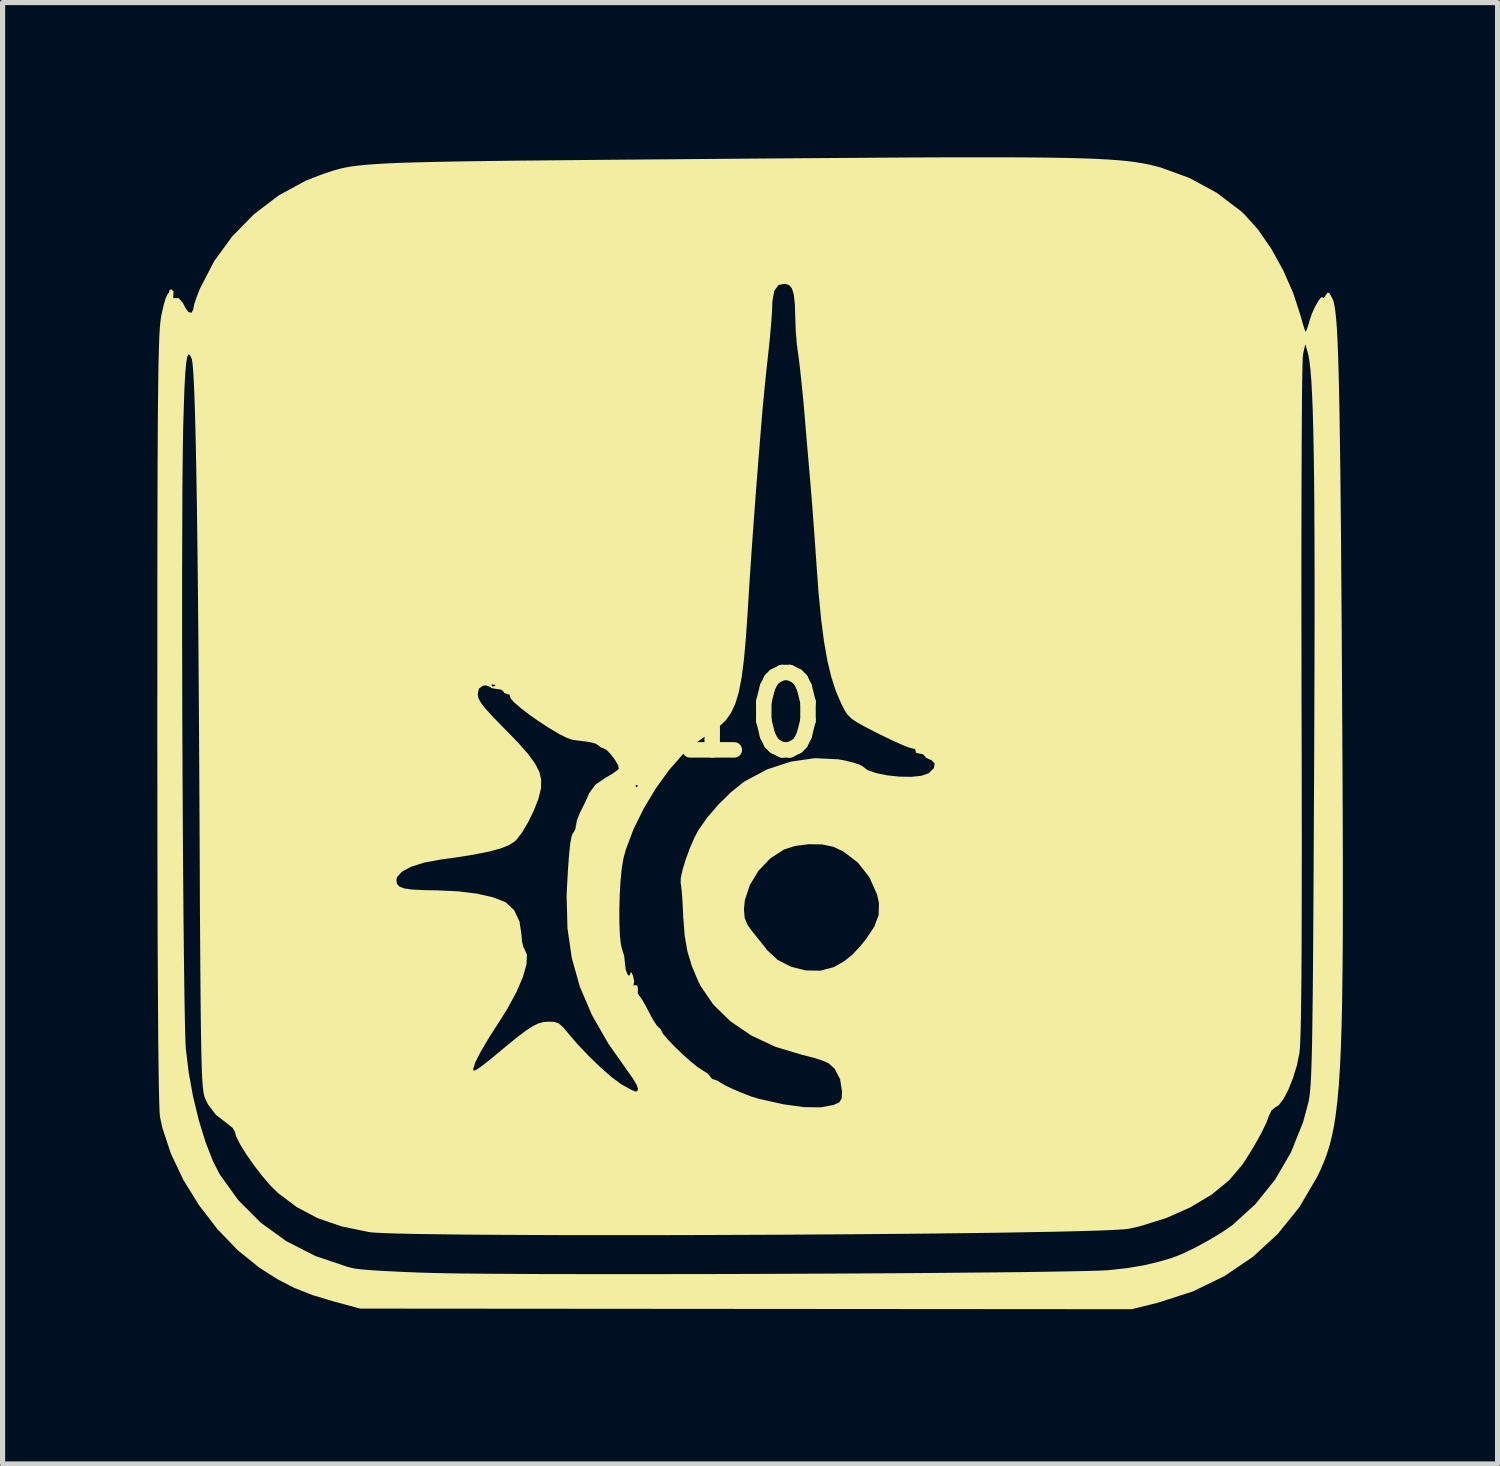
<source format=kicad_pcb>
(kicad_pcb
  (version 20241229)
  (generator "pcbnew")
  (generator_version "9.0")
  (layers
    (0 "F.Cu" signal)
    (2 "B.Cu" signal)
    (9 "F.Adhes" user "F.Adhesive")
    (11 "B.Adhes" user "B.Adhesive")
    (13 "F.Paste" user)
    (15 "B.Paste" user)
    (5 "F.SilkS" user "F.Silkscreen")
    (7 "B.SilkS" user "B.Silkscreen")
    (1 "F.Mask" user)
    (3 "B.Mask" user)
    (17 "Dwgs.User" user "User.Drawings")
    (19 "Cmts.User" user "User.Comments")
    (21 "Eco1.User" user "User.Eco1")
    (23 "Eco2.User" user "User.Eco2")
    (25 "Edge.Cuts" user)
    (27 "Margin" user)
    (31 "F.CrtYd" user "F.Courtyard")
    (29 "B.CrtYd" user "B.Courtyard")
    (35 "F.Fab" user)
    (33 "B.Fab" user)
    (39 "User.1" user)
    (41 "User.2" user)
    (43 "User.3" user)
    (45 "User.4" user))
  (footprint "10"
    (layer "F.Cu")
    (at 11.473 10.811)
    (property "Reference" "10" (at 0 0 0) (layer "F.SilkS") (effects (font (size 1.5 1.5) (thickness 0.3))))
    (attr board_only exclude_from_pos_files exclude_from_bom)
    (fp_poly (pts (xy 4.876 -10.811) (xy 5.354 -10.809) (xy 5.774 -10.805) (xy 6.14 -10.799) (xy 6.457 -10.791) (xy 6.732 -10.781) (xy 6.969 -10.768) (xy 7.173 -10.753) (xy 7.349 -10.736) (xy 7.503 -10.716) (xy 7.64 -10.693) (xy 7.765 -10.668) (xy 7.883 -10.639) (xy 7.979 -10.614) (xy 8.54 -10.41) (xy 9.065 -10.125) (xy 9.534 -9.77) (xy 9.607 -9.702) (xy 9.87 -9.408) (xy 10.125 -9.039) (xy 10.356 -8.621) (xy 10.55 -8.181) (xy 10.693 -7.742) (xy 10.695 -7.736) (xy 10.738 -7.58) (xy 10.773 -7.468) (xy 10.789 -7.43) (xy 10.811 -7.462) (xy 10.846 -7.565) (xy 10.868 -7.646) (xy 10.91 -7.772) (xy 10.968 -7.902) (xy 11.031 -8.015) (xy 11.086 -8.09) (xy 11.119 -8.104) (xy 11.123 -8.085) (xy 11.145 -8.085) (xy 11.18 -8.136) (xy 11.22 -8.189) (xy 11.255 -8.174) (xy 11.307 -8.079) (xy 11.316 -8.061) (xy 11.335 -8.007) (xy 11.352 -7.929) (xy 11.368 -7.82) (xy 11.383 -7.677) (xy 11.397 -7.495) (xy 11.409 -7.269) (xy 11.42 -6.996) (xy 11.43 -6.669) (xy 11.44 -6.286) (xy 11.448 -5.841) (xy 11.456 -5.329) (xy 11.464 -4.747) (xy 11.471 -4.09) (xy 11.478 -3.353) (xy 11.484 -2.531) (xy 11.491 -1.621) (xy 11.497 -0.617) (xy 11.5 -0.075) (xy 11.506 0.98) (xy 11.51 1.94) (xy 11.513 2.811) (xy 11.513 3.597) (xy 11.512 4.304) (xy 11.507 4.937) (xy 11.5 5.501) (xy 11.489 6.002) (xy 11.475 6.445) (xy 11.457 6.834) (xy 11.435 7.176) (xy 11.408 7.476) (xy 11.377 7.738) (xy 11.342 7.968) (xy 11.3 8.172) (xy 11.254 8.354) (xy 11.202 8.519) (xy 11.143 8.674) (xy 11.079 8.823) (xy 11.013 8.96) (xy 10.67 9.544) (xy 10.253 10.061) (xy 9.768 10.508) (xy 9.217 10.881) (xy 8.605 11.178) (xy 7.934 11.395) (xy 7.905 11.402) (xy 7.419 11.523) (xy -0.06 11.517) (xy -7.54 11.511) (xy -8.041 11.376) (xy -8.46 11.25) (xy -8.815 11.111) (xy -9.144 10.941) (xy -9.483 10.725) (xy -9.495 10.717) (xy -9.913 10.38) (xy -10.307 9.971) (xy -10.662 9.51) (xy -10.968 9.016) (xy -11.209 8.508) (xy -11.375 8.007) (xy -11.421 7.794) (xy -11.429 7.695) (xy -11.436 7.497) (xy -11.443 7.2) (xy -11.449 6.806) (xy -11.455 6.313) (xy -11.459 5.724) (xy -11.463 5.039) (xy -11.467 4.259) (xy -11.469 3.384) (xy -11.471 2.415) (xy -11.472 1.353) (xy -11.473 0.198) (xy -11.473 0.078) (xy -11.472 -0.946) (xy -11.472 -1.874) (xy -11.472 -2.134) (xy -10.992 -2.134) (xy -10.992 -1.466) (xy -10.99 -0.776) (xy -10.989 -0.075) (xy -10.986 0.632) (xy -10.983 1.335) (xy -10.979 2.025) (xy -10.975 2.696) (xy -10.97 3.339) (xy -10.965 3.946) (xy -10.959 4.508) (xy -10.953 5.017) (xy -10.947 5.465) (xy -10.94 5.845) (xy -10.933 6.147) (xy -10.926 6.364) (xy -10.92 6.471) (xy -10.865 6.93) (xy -10.78 7.399) (xy -10.669 7.857) (xy -10.539 8.28) (xy -10.397 8.646) (xy -10.262 8.91) (xy -9.902 9.41) (xy -9.47 9.843) (xy -8.971 10.204) (xy -8.409 10.491) (xy -7.791 10.7) (xy -7.665 10.731) (xy -7.554 10.747) (xy -7.358 10.764) (xy -7.096 10.781) (xy -6.782 10.796) (xy -6.434 10.811) (xy -6.137 10.82) (xy -5.862 10.826) (xy -5.507 10.831) (xy -5.079 10.835) (xy -4.586 10.838) (xy -4.037 10.841) (xy -3.438 10.842) (xy -2.798 10.843) (xy -2.124 10.843) (xy -1.425 10.842) (xy -0.706 10.841) (xy 0.023 10.839) (xy 0.755 10.836) (xy 1.482 10.833) (xy 2.196 10.829) (xy 2.891 10.825) (xy 3.557 10.82) (xy 4.187 10.814) (xy 4.775 10.809) (xy 5.311 10.803) (xy 5.788 10.796) (xy 6.198 10.789) (xy 6.535 10.782) (xy 6.789 10.775) (xy 6.954 10.767) (xy 6.989 10.764) (xy 7.345 10.724) (xy 7.648 10.673) (xy 7.943 10.603) (xy 8.191 10.531) (xy 8.39 10.454) (xy 8.638 10.335) (xy 8.903 10.192) (xy 9.156 10.041) (xy 9.363 9.899) (xy 9.374 9.89) (xy 9.818 9.486) (xy 10.199 9.011) (xy 10.51 8.476) (xy 10.743 7.893) (xy 10.845 7.515) (xy 10.858 7.45) (xy 10.869 7.372) (xy 10.879 7.276) (xy 10.889 7.155) (xy 10.897 7.004) (xy 10.904 6.819) (xy 10.911 6.592) (xy 10.917 6.319) (xy 10.922 5.995) (xy 10.927 5.613) (xy 10.932 5.169) (xy 10.936 4.656) (xy 10.94 4.069) (xy 10.944 3.404) (xy 10.948 2.654) (xy 10.952 1.813) (xy 10.956 1.052) (xy 10.96 -0.025) (xy 10.963 -1.006) (xy 10.965 -1.895) (xy 10.965 -2.697) (xy 10.963 -3.416) (xy 10.96 -4.056) (xy 10.955 -4.622) (xy 10.948 -5.117) (xy 10.939 -5.546) (xy 10.929 -5.914) (xy 10.916 -6.224) (xy 10.902 -6.481) (xy 10.885 -6.689) (xy 10.866 -6.852) (xy 10.845 -6.975) (xy 10.829 -7.039) (xy 10.785 -7.189) (xy 10.74 -6.989) (xy 10.735 -6.914) (xy 10.73 -6.744) (xy 10.725 -6.486) (xy 10.721 -6.145) (xy 10.718 -5.726) (xy 10.715 -5.237) (xy 10.713 -4.681) (xy 10.711 -4.066) (xy 10.71 -3.397) (xy 10.709 -2.68) (xy 10.71 -1.92) (xy 10.711 -1.123) (xy 10.712 -0.316) (xy 10.715 0.733) (xy 10.716 1.685) (xy 10.717 2.542) (xy 10.716 3.308) (xy 10.715 3.986) (xy 10.713 4.577) (xy 10.71 5.086) (xy 10.705 5.516) (xy 10.7 5.868) (xy 10.694 6.147) (xy 10.686 6.354) (xy 10.678 6.494) (xy 10.672 6.548) (xy 10.623 6.792) (xy 10.548 7.037) (xy 10.459 7.262) (xy 10.363 7.446) (xy 10.27 7.567) (xy 10.213 7.602) (xy 10.131 7.666) (xy 10.086 7.759) (xy 10.03 7.907) (xy 9.929 8.114) (xy 9.794 8.356) (xy 9.637 8.611) (xy 9.565 8.72) (xy 9.308 9.023) (xy 8.967 9.302) (xy 8.555 9.548) (xy 8.089 9.755) (xy 7.581 9.914) (xy 7.364 9.963) (xy 7.253 9.975) (xy 7.048 9.987) (xy 6.758 9.999) (xy 6.389 10.009) (xy 5.948 10.02) (xy 5.443 10.029) (xy 4.881 10.039) (xy 4.269 10.047) (xy 3.615 10.055) (xy 2.925 10.062) (xy 2.206 10.068) (xy 1.467 10.073) (xy 0.713 10.078) (xy -0.047 10.081) (xy -0.807 10.084) (xy -1.56 10.086) (xy -2.297 10.087) (xy -3.013 10.087) (xy -3.7 10.086) (xy -4.35 10.083) (xy -4.957 10.08) (xy -5.513 10.076) (xy -6.011 10.07) (xy -6.444 10.064) (xy -6.805 10.056) (xy -7.086 10.047) (xy -7.281 10.036) (xy -7.364 10.028) (xy -7.9 9.917) (xy -8.363 9.758) (xy -8.77 9.543) (xy -9.135 9.268) (xy -9.281 9.124) (xy -9.44 8.938) (xy -9.601 8.729) (xy -9.748 8.519) (xy -9.867 8.326) (xy -9.946 8.17) (xy -9.97 8.08) (xy -10.008 8.013) (xy -10.102 7.935) (xy -10.107 7.931) (xy -10.335 7.756) (xy -10.49 7.552) (xy -10.545 7.44) (xy -10.559 7.401) (xy -10.571 7.351) (xy -10.583 7.283) (xy -10.592 7.191) (xy -10.601 7.07) (xy -10.609 6.913) (xy -10.615 6.715) (xy -10.621 6.47) (xy -10.626 6.172) (xy -10.631 5.815) (xy -10.635 5.394) (xy -10.639 4.901) (xy -10.643 4.332) (xy -10.647 3.681) (xy -10.649 3.204) (xy -6.838 3.204) (xy -6.826 3.276) (xy -6.78 3.328) (xy -6.687 3.364) (xy -6.532 3.386) (xy -6.303 3.398) (xy -6.037 3.402) (xy -5.637 3.421) (xy -5.274 3.466) (xy -4.969 3.535) (xy -4.74 3.623) (xy -4.711 3.639) (xy -4.553 3.788) (xy -4.451 4.005) (xy -4.413 4.256) (xy -4.4 4.403) (xy -4.372 4.508) (xy -4.359 4.529) (xy -4.306 4.65) (xy -4.315 4.837) (xy -4.384 5.081) (xy -4.508 5.37) (xy -4.685 5.696) (xy -4.842 5.946) (xy -5.051 6.272) (xy -5.206 6.536) (xy -5.306 6.732) (xy -5.347 6.858) (xy -5.34 6.901) (xy -5.292 6.883) (xy -5.188 6.813) (xy -5.046 6.702) (xy -4.973 6.643) (xy -4.696 6.412) (xy -4.481 6.238) (xy -4.316 6.115) (xy -4.188 6.032) (xy -4.085 5.982) (xy -3.993 5.957) (xy -3.905 5.948) (xy -3.777 5.951) (xy -3.686 5.983) (xy -3.597 6.064) (xy -3.514 6.164) (xy -3.324 6.387) (xy -3.105 6.617) (xy -2.879 6.835) (xy -2.668 7.02) (xy -2.491 7.152) (xy -2.455 7.174) (xy -2.297 7.262) (xy -2.207 7.301) (xy -2.165 7.295) (xy -2.154 7.249) (xy -2.154 7.243) (xy -2.183 7.165) (xy -2.257 7.043) (xy -2.319 6.955) (xy -2.726 6.377) (xy -3.045 5.821) (xy -3.28 5.271) (xy -3.437 4.713) (xy -3.521 4.132) (xy -3.53 3.766) (xy -2.515 3.766) (xy -2.514 4.037) (xy -2.504 4.275) (xy -2.484 4.456) (xy -2.458 4.554) (xy -2.421 4.672) (xy -2.405 4.823) (xy -2.405 4.828) (xy -2.392 4.935) (xy -2.362 5.019) (xy -2.329 5.059) (xy -2.305 5.033) (xy -2.301 5) (xy -2.284 4.989) (xy -2.251 5.052) (xy -2.227 5.161) (xy -2.237 5.223) (xy -2.238 5.252) (xy -2.212 5.24) (xy -2.165 5.246) (xy -2.153 5.339) (xy -2.159 5.393) (xy -2.129 5.448) (xy -2.121 5.455) (xy -2.078 5.513) (xy -2.008 5.634) (xy -1.935 5.774) (xy -1.855 5.922) (xy -1.786 6.026) (xy -1.747 6.062) (xy -1.705 6.101) (xy -1.703 6.118) (xy -1.668 6.183) (xy -1.574 6.294) (xy -1.442 6.432) (xy -1.289 6.579) (xy -1.136 6.716) (xy -1 6.826) (xy -0.911 6.884) (xy -0.805 6.951) (xy -0.753 7.008) (xy -0.751 7.015) (xy -0.712 7.061) (xy -0.693 7.064) (xy -0.608 7.093) (xy -0.555 7.129) (xy -0.466 7.182) (xy -0.315 7.254) (xy -0.135 7.33) (xy 0.041 7.398) (xy 0.179 7.441) (xy 0.662 7.549) (xy 1.064 7.605) (xy 1.387 7.609) (xy 1.637 7.563) (xy 1.646 7.56) (xy 1.749 7.512) (xy 1.794 7.441) (xy 1.804 7.309) (xy 1.804 7.307) (xy 1.765 7.063) (xy 1.66 6.861) (xy 1.543 6.754) (xy 1.44 6.708) (xy 1.272 6.653) (xy 1.07 6.6) (xy 1.027 6.59) (xy 0.511 6.435) (xy 0.046 6.217) (xy -0.358 5.943) (xy -0.69 5.62) (xy -0.94 5.255) (xy -0.987 5.16) (xy -1.111 4.865) (xy -1.195 4.584) (xy -1.248 4.28) (xy -1.276 3.919) (xy -1.279 3.842) (xy -1.283 3.765) (xy -0.099 3.765) (xy -0.085 3.936) (xy -0.027 4.075) (xy 0.063 4.198) (xy 0.19 4.357) (xy 0.317 4.517) (xy 0.356 4.566) (xy 0.556 4.751) (xy 0.812 4.882) (xy 1.097 4.954) (xy 1.383 4.959) (xy 1.641 4.891) (xy 1.668 4.878) (xy 1.847 4.774) (xy 2 4.652) (xy 2.155 4.486) (xy 2.26 4.358) (xy 2.428 4.107) (xy 2.513 3.879) (xy 2.519 3.649) (xy 2.482 3.482) (xy 2.333 3.147) (xy 2.11 2.863) (xy 1.827 2.647) (xy 1.637 2.558) (xy 1.418 2.511) (xy 1.154 2.507) (xy 0.889 2.542) (xy 0.677 2.61) (xy 0.411 2.783) (xy 0.184 3.021) (xy 0.015 3.299) (xy -0.082 3.595) (xy -0.099 3.765) (xy -1.283 3.765) (xy -1.29 3.621) (xy -1.304 3.431) (xy -1.318 3.3) (xy -1.326 3.261) (xy -1.324 3.162) (xy -1.288 2.999) (xy -1.226 2.797) (xy -1.147 2.582) (xy -1.059 2.38) (xy -0.987 2.243) (xy -0.817 1.998) (xy -0.594 1.738) (xy -0.349 1.498) (xy -0.114 1.309) (xy -0.083 1.288) (xy 0.351 1.056) (xy 0.81 0.906) (xy 1.277 0.839) (xy 1.732 0.861) (xy 1.841 0.881) (xy 2.013 0.922) (xy 2.142 0.964) (xy 2.201 0.996) (xy 2.296 1.069) (xy 2.464 1.128) (xy 2.679 1.172) (xy 2.915 1.197) (xy 3.145 1.201) (xy 3.342 1.18) (xy 3.481 1.132) (xy 3.485 1.129) (xy 3.583 1.034) (xy 3.6 0.942) (xy 3.535 0.876) (xy 3.507 0.866) (xy 3.426 0.827) (xy 3.407 0.796) (xy 3.365 0.76) (xy 3.304 0.751) (xy 3.234 0.732) (xy 3.231 0.701) (xy 3.217 0.661) (xy 3.169 0.651) (xy 3.091 0.629) (xy 2.944 0.57) (xy 2.749 0.481) (xy 2.526 0.373) (xy 2.502 0.361) (xy 2.266 0.24) (xy 2.101 0.149) (xy 1.989 0.074) (xy 1.913 -0.001) (xy 1.854 -0.088) (xy 1.795 -0.204) (xy 1.789 -0.215) (xy 1.685 -0.457) (xy 1.596 -0.731) (xy 1.519 -1.049) (xy 1.454 -1.421) (xy 1.397 -1.859) (xy 1.347 -2.375) (xy 1.303 -2.98) (xy 1.303 -2.981) (xy 1.28 -3.314) (xy 1.254 -3.67) (xy 1.229 -4.009) (xy 1.206 -4.296) (xy 1.201 -4.359) (xy 1.179 -4.611) (xy 1.152 -4.931) (xy 1.121 -5.285) (xy 1.091 -5.643) (xy 1.075 -5.836) (xy 1.047 -6.149) (xy 1.017 -6.447) (xy 0.989 -6.709) (xy 0.965 -6.91) (xy 0.95 -7.01) (xy 0.925 -7.2) (xy 0.906 -7.439) (xy 0.897 -7.677) (xy 0.897 -7.687) (xy 0.888 -7.961) (xy 0.868 -8.15) (xy 0.831 -8.27) (xy 0.774 -8.335) (xy 0.702 -8.359) (xy 0.573 -8.337) (xy 0.491 -8.226) (xy 0.453 -8.027) (xy 0.45 -7.944) (xy 0.444 -7.797) (xy 0.428 -7.579) (xy 0.405 -7.318) (xy 0.376 -7.042) (xy 0.373 -7.014) (xy 0.338 -6.694) (xy 0.302 -6.342) (xy 0.269 -6.005) (xy 0.248 -5.761) (xy 0.186 -5) (xy 0.133 -4.32) (xy 0.087 -3.702) (xy 0.046 -3.128) (xy 0.009 -2.58) (xy -0.024 -2.039) (xy -0.025 -2.026) (xy -0.06 -1.506) (xy -0.099 -1.075) (xy -0.144 -0.723) (xy -0.199 -0.44) (xy -0.267 -0.215) (xy -0.349 -0.038) (xy -0.45 0.103) (xy -0.57 0.216) (xy -0.622 0.255) (xy -0.796 0.377) (xy -0.976 0.505) (xy -1.022 0.537) (xy -1.284 0.765) (xy -1.551 1.069) (xy -1.809 1.427) (xy -2.043 1.817) (xy -2.241 2.218) (xy -2.387 2.606) (xy -2.435 2.78) (xy -2.467 2.967) (xy -2.491 3.208) (xy -2.507 3.482) (xy -2.515 3.766) (xy -3.53 3.766) (xy -3.537 3.513) (xy -3.529 3.325) (xy -3.508 2.958) (xy -3.487 2.682) (xy -3.465 2.485) (xy -3.442 2.358) (xy -3.415 2.29) (xy -3.401 2.276) (xy -3.365 2.209) (xy -3.357 2.146) (xy -3.334 2.036) (xy -3.277 1.893) (xy -3.26 1.86) (xy -3.178 1.695) (xy -3.105 1.533) (xy -3.099 1.517) (xy -2.997 1.378) (xy -2.204 1.378) (xy -2.179 1.403) (xy -2.154 1.378) (xy -2.179 1.353) (xy -2.204 1.378) (xy -2.997 1.378) (xy -2.98 1.354) (xy -2.796 1.227) (xy -2.656 1.145) (xy -2.556 1.075) (xy -2.526 1.046) (xy -2.537 0.981) (xy -2.595 0.878) (xy -2.678 0.767) (xy -2.762 0.68) (xy -2.824 0.647) (xy -2.827 0.647) (xy -2.888 0.623) (xy -2.906 0.601) (xy -2.977 0.556) (xy -3.1 0.524) (xy -3.112 0.523) (xy -3.277 0.502) (xy -3.42 0.484) (xy -3.529 0.447) (xy -3.684 0.369) (xy -3.869 0.259) (xy -4.065 0.132) (xy -4.257 -0.002) (xy -4.425 -0.131) (xy -4.554 -0.242) (xy -4.625 -0.323) (xy -4.631 -0.355) (xy -4.645 -0.394) (xy -4.681 -0.401) (xy -4.75 -0.427) (xy -4.759 -0.451) (xy -4.802 -0.489) (xy -4.882 -0.501) (xy -4.986 -0.518) (xy -5.032 -0.546) (xy -5.097 -0.572) (xy -5.16 -0.566) (xy -5.24 -0.507) (xy -5.26 -0.396) (xy -5.247 -0.324) (xy -5.199 -0.236) (xy -5.108 -0.118) (xy -4.963 0.041) (xy -4.754 0.255) (xy -4.736 0.272) (xy -4.473 0.543) (xy -4.28 0.763) (xy -4.147 0.946) (xy -4.066 1.105) (xy -4.031 1.253) (xy -4.033 1.405) (xy -4.038 1.443) (xy -4.086 1.632) (xy -4.173 1.855) (xy -4.283 2.081) (xy -4.402 2.281) (xy -4.514 2.425) (xy -4.548 2.457) (xy -4.663 2.528) (xy -4.823 2.591) (xy -5.041 2.65) (xy -5.328 2.707) (xy -5.696 2.766) (xy -5.987 2.806) (xy -6.301 2.864) (xy -6.553 2.944) (xy -6.731 3.04) (xy -6.826 3.147) (xy -6.838 3.204) (xy -10.649 3.204) (xy -10.65 2.942) (xy -10.654 2.108) (xy -10.654 2.079) (xy -10.661 0.834) (xy -10.668 -0.323) (xy -10.67 -0.584) (xy -4.993 -0.584) (xy -4.986 -0.555) (xy -4.96 -0.551) (xy -4.919 -0.569) (xy -4.926 -0.584) (xy -4.986 -0.59) (xy -4.993 -0.584) (xy -10.67 -0.584) (xy -10.676 -1.389) (xy -10.685 -2.364) (xy -10.695 -3.247) (xy -10.705 -4.038) (xy -10.717 -4.734) (xy -10.729 -5.336) (xy -10.742 -5.843) (xy -10.756 -6.253) (xy -10.771 -6.566) (xy -10.786 -6.781) (xy -10.803 -6.897) (xy -10.807 -6.91) (xy -10.841 -6.977) (xy -10.87 -6.989) (xy -10.894 -6.938) (xy -10.914 -6.819) (xy -10.931 -6.625) (xy -10.946 -6.349) (xy -10.959 -5.986) (xy -10.972 -5.54) (xy -10.977 -5.247) (xy -10.982 -4.875) (xy -10.986 -4.434) (xy -10.988 -3.931) (xy -10.99 -3.375) (xy -10.992 -2.773) (xy -10.992 -2.134) (xy -11.472 -2.134) (xy -11.472 -2.712) (xy -11.471 -3.465) (xy -11.469 -4.137) (xy -11.468 -4.733) (xy -11.465 -5.258) (xy -11.463 -5.717) (xy -11.459 -6.114) (xy -11.455 -6.456) (xy -11.451 -6.745) (xy -11.445 -6.988) (xy -11.439 -7.189) (xy -11.433 -7.354) (xy -11.425 -7.486) (xy -11.416 -7.591) (xy -11.407 -7.674) (xy -11.396 -7.739) (xy -11.396 -7.74) (xy -11.355 -7.928) (xy -11.313 -8.073) (xy -11.278 -8.151) (xy -11.27 -8.158) (xy -11.24 -8.201) (xy -11.245 -8.212) (xy -11.228 -8.246) (xy -11.202 -8.25) (xy -11.157 -8.211) (xy -11.162 -8.15) (xy -11.164 -8.082) (xy -11.14 -8.08) (xy -11.058 -8.081) (xy -10.975 -7.985) (xy -10.933 -7.9) (xy -10.868 -7.809) (xy -10.807 -7.798) (xy -10.773 -7.868) (xy -10.771 -7.895) (xy -10.753 -7.977) (xy -10.704 -8.119) (xy -10.645 -8.268) (xy -10.371 -8.797) (xy -10.017 -9.282) (xy -9.595 -9.711) (xy -9.119 -10.072) (xy -8.601 -10.355) (xy -8.321 -10.465) (xy -8.218 -10.501) (xy -8.123 -10.533) (xy -8.03 -10.562) (xy -7.934 -10.589) (xy -7.83 -10.612) (xy -7.712 -10.633) (xy -7.575 -10.651) (xy -7.413 -10.667) (xy -7.222 -10.681) (xy -6.996 -10.694) (xy -6.729 -10.705) (xy -6.416 -10.714) (xy -6.052 -10.723) (xy -5.632 -10.731) (xy -5.149 -10.738) (xy -4.599 -10.745) (xy -3.976 -10.751) (xy -3.274 -10.758) (xy -2.49 -10.765) (xy -1.616 -10.772) (xy -0.648 -10.78) (xy -0.551 -10.781) (xy 0.483 -10.789) (xy 1.423 -10.796) (xy 2.272 -10.802) (xy 3.037 -10.807) (xy 3.722 -10.81) (xy 4.334 -10.811)) (stroke (width 0) (type solid)) (fill yes) (layer "F.SilkS")))
  (gr_rect
    (start -3 -3)
    (end 25.986 25.334)
    (stroke (width 0.1) (type default))
    (fill no)
    (layer "Edge.Cuts")))
</source>
